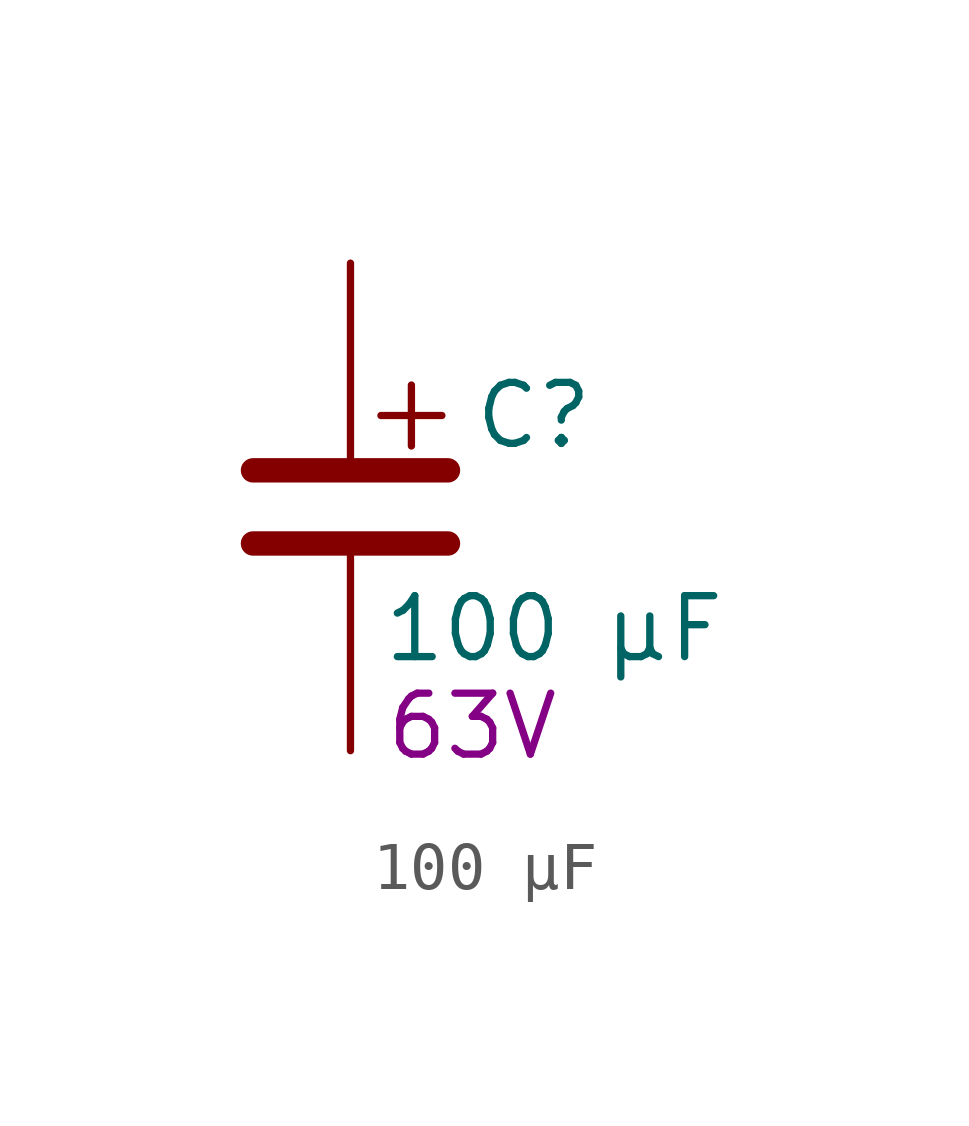
<source format=kicad_sym>
(kicad_symbol_lib
  (version 20241209)
  (generator "kicad_symbol_editor")
  (generator_version "9.0")
  (symbol "100 µF"
    (pin_numbers
      (hide yes))
    (pin_names
      (offset 0.254))
    (property "Reference" "C"
      (at 2.54 1.905 0)
      (effects (font (size 1.27 1.27)) (justify left)))
    (property "Value" "100 µF"
      (at 0.635 -2.54 0)
      (effects (font (size 1.27 1.27)) (justify left)))
    (property "Voltage Rating" "63V"
      (at 2.54 -4.572 0)
      (effects (font (size 1.27 1.27))))
    (symbol "100 µF_0_1"
      (polyline (pts (xy -2.032 0.762) (xy 2.032 0.762)) (stroke (width 0.508) (type default)) (fill (type none)))
      (polyline (pts (xy -2.032 -0.762) (xy 2.032 -0.762)) (stroke (width 0.508) (type default)) (fill (type none)))
      (polyline (pts (xy 1.27 2.54) (xy 1.27 1.27)) (stroke (width 0) (type default)) (fill (type none)))
      (polyline (pts (xy 1.905 1.905) (xy 0.635 1.905)) (stroke (width 0) (type default)) (fill (type none))))
    (symbol "100 µF_1_1"
      (pin passive line (at 0 5.08 270) (length 4.064) (name "~" (effects (font (size 1.27 1.27)))) (number "1" (effects (font (size 1.27 1.27)))))
      (pin passive line (at 0 -5.08 90) (length 4.064) (name "~" (effects (font (size 1.27 1.27)))) (number "2" (effects (font (size 1.27 1.27))))))))
</source>
